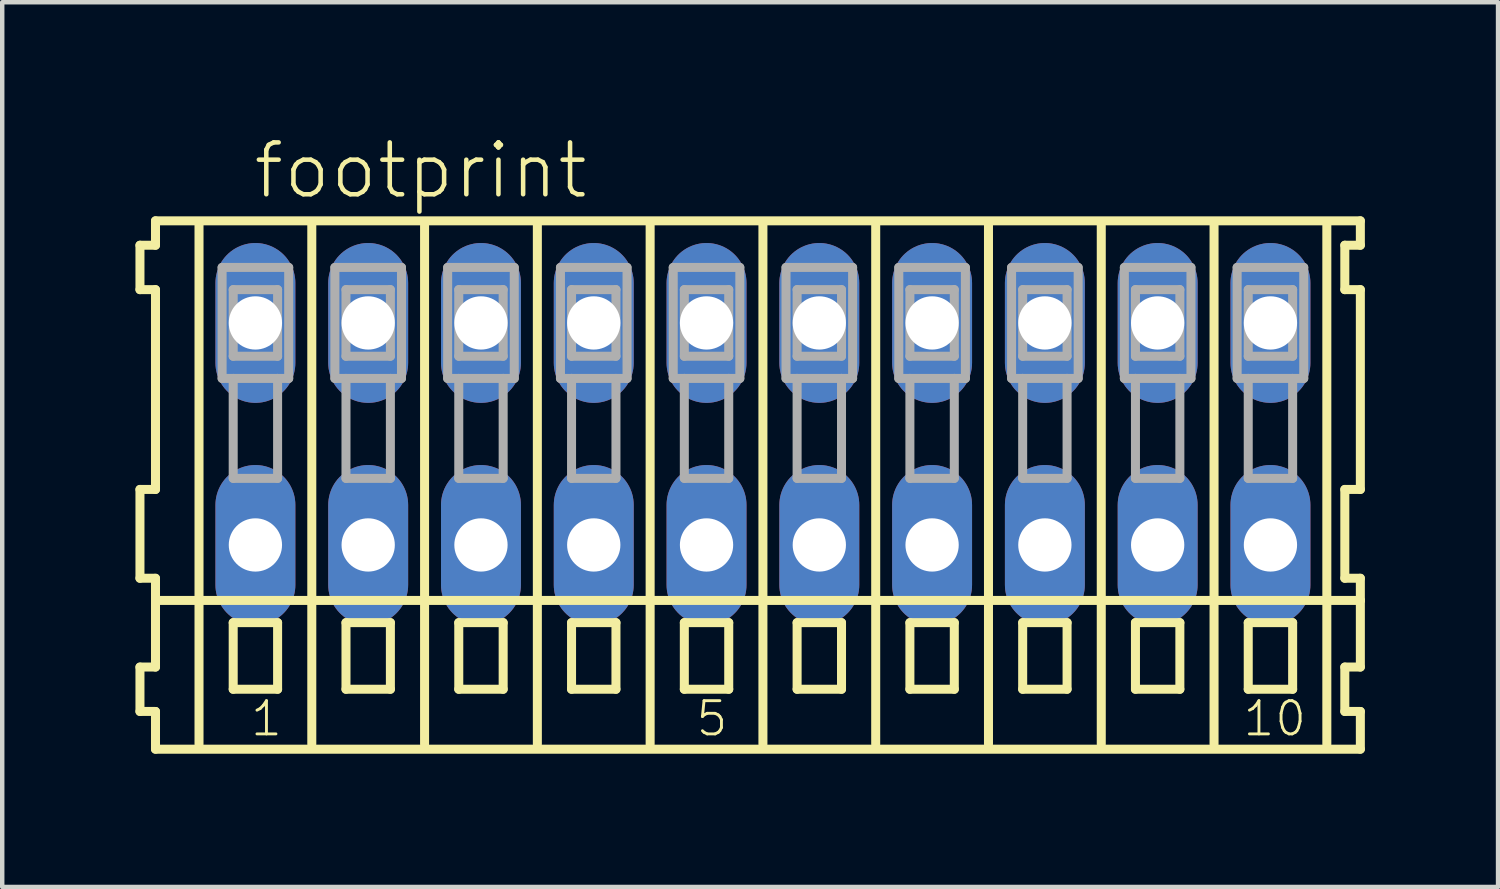
<source format=kicad_pcb>
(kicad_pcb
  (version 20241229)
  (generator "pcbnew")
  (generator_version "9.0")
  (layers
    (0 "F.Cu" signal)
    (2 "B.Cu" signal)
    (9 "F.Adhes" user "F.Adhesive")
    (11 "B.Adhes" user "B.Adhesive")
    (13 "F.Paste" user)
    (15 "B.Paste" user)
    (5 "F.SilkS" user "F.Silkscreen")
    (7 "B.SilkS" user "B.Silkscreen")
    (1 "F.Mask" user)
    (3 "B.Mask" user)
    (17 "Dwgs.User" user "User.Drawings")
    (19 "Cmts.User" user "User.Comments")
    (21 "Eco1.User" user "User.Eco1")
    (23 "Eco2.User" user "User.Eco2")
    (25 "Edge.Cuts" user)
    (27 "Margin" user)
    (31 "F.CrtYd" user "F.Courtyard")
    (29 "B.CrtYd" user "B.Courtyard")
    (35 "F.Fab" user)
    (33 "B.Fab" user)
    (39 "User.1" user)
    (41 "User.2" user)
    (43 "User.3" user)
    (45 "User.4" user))
  (footprint "footprint"
    (layer "F.Cu")
    (at 14.132 6.723)
    (property "Reference" "footprint" (at -11.53 -5.25 0) (layer "F.SilkS") (effects (font (size 1.168 1.168) (thickness 0.102)) (justify left bottom)))
    (fp_line (start -14.03 -4.25) (end -14.03 -3.25) (stroke (width 0.203) (type solid)) (layer "F.SilkS"))
    (fp_line (start -14.03 -3.25) (end -13.68 -3.25) (stroke (width 0.203) (type solid)) (layer "F.SilkS"))
    (fp_line (start -14.03 1.25) (end -14.03 3.25) (stroke (width 0.203) (type solid)) (layer "F.SilkS"))
    (fp_line (start -14.03 3.25) (end -13.68 3.25) (stroke (width 0.203) (type solid)) (layer "F.SilkS"))
    (fp_line (start -14.03 5.25) (end -14.03 6.25) (stroke (width 0.203) (type solid)) (layer "F.SilkS"))
    (fp_line (start -14.03 6.25) (end -13.68 6.25) (stroke (width 0.203) (type solid)) (layer "F.SilkS"))
    (fp_line (start -13.68 -4.8) (end -13.68 -4.25) (stroke (width 0.203) (type solid)) (layer "F.SilkS"))
    (fp_line (start -13.68 -4.25) (end -14.03 -4.25) (stroke (width 0.203) (type solid)) (layer "F.SilkS"))
    (fp_line (start -13.68 -3.25) (end -13.68 1.25) (stroke (width 0.203) (type solid)) (layer "F.SilkS"))
    (fp_line (start -13.68 1.25) (end -14.03 1.25) (stroke (width 0.203) (type solid)) (layer "F.SilkS"))
    (fp_line (start -13.68 3.25) (end -13.68 5.25) (stroke (width 0.203) (type solid)) (layer "F.SilkS"))
    (fp_line (start -13.68 3.75) (end 13.455 3.75) (stroke (width 0.203) (type solid)) (layer "F.SilkS"))
    (fp_line (start -13.68 5.25) (end -14.03 5.25) (stroke (width 0.203) (type solid)) (layer "F.SilkS"))
    (fp_line (start -13.68 6.25) (end -13.68 7.1) (stroke (width 0.203) (type solid)) (layer "F.SilkS"))
    (fp_line (start -13.68 7.1) (end 13.455 7.1) (stroke (width 0.203) (type solid)) (layer "F.SilkS"))
    (fp_line (start -12.7 6.985) (end -12.7 -4.699) (stroke (width 0.203) (type solid)) (layer "F.SilkS"))
    (fp_line (start -11.93 4.25) (end -11.93 5.75) (stroke (width 0.203) (type solid)) (layer "F.SilkS"))
    (fp_line (start -11.93 5.75) (end -10.93 5.75) (stroke (width 0.203) (type solid)) (layer "F.SilkS"))
    (fp_line (start -10.93 4.25) (end -11.93 4.25) (stroke (width 0.203) (type solid)) (layer "F.SilkS"))
    (fp_line (start -10.93 5.75) (end -10.93 4.25) (stroke (width 0.203) (type solid)) (layer "F.SilkS"))
    (fp_line (start -10.16 6.985) (end -10.16 -4.699) (stroke (width 0.203) (type solid)) (layer "F.SilkS"))
    (fp_line (start -9.39 4.25) (end -9.39 5.75) (stroke (width 0.203) (type solid)) (layer "F.SilkS"))
    (fp_line (start -9.39 5.75) (end -8.39 5.75) (stroke (width 0.203) (type solid)) (layer "F.SilkS"))
    (fp_line (start -8.39 4.25) (end -9.39 4.25) (stroke (width 0.203) (type solid)) (layer "F.SilkS"))
    (fp_line (start -8.39 5.75) (end -8.39 4.25) (stroke (width 0.203) (type solid)) (layer "F.SilkS"))
    (fp_line (start -7.62 6.985) (end -7.62 -4.699) (stroke (width 0.203) (type solid)) (layer "F.SilkS"))
    (fp_line (start -6.85 4.25) (end -6.85 5.75) (stroke (width 0.203) (type solid)) (layer "F.SilkS"))
    (fp_line (start -6.85 5.75) (end -5.85 5.75) (stroke (width 0.203) (type solid)) (layer "F.SilkS"))
    (fp_line (start -5.85 4.25) (end -6.85 4.25) (stroke (width 0.203) (type solid)) (layer "F.SilkS"))
    (fp_line (start -5.85 5.75) (end -5.85 4.25) (stroke (width 0.203) (type solid)) (layer "F.SilkS"))
    (fp_line (start -5.08 6.985) (end -5.08 -4.699) (stroke (width 0.203) (type solid)) (layer "F.SilkS"))
    (fp_line (start -4.31 4.25) (end -4.31 5.75) (stroke (width 0.203) (type solid)) (layer "F.SilkS"))
    (fp_line (start -4.31 5.75) (end -3.31 5.75) (stroke (width 0.203) (type solid)) (layer "F.SilkS"))
    (fp_line (start -3.31 4.25) (end -4.31 4.25) (stroke (width 0.203) (type solid)) (layer "F.SilkS"))
    (fp_line (start -3.31 5.75) (end -3.31 4.25) (stroke (width 0.203) (type solid)) (layer "F.SilkS"))
    (fp_line (start -2.54 6.985) (end -2.54 -4.699) (stroke (width 0.203) (type solid)) (layer "F.SilkS"))
    (fp_line (start -1.77 4.25) (end -1.77 5.75) (stroke (width 0.203) (type solid)) (layer "F.SilkS"))
    (fp_line (start -1.77 5.75) (end -0.77 5.75) (stroke (width 0.203) (type solid)) (layer "F.SilkS"))
    (fp_line (start -0.77 4.25) (end -1.77 4.25) (stroke (width 0.203) (type solid)) (layer "F.SilkS"))
    (fp_line (start -0.77 5.75) (end -0.77 4.25) (stroke (width 0.203) (type solid)) (layer "F.SilkS"))
    (fp_line (start 0 6.985) (end 0 -4.699) (stroke (width 0.203) (type solid)) (layer "F.SilkS"))
    (fp_line (start 0.77 4.25) (end 0.77 5.75) (stroke (width 0.203) (type solid)) (layer "F.SilkS"))
    (fp_line (start 0.77 5.75) (end 1.77 5.75) (stroke (width 0.203) (type solid)) (layer "F.SilkS"))
    (fp_line (start 1.77 4.25) (end 0.77 4.25) (stroke (width 0.203) (type solid)) (layer "F.SilkS"))
    (fp_line (start 1.77 5.75) (end 1.77 4.25) (stroke (width 0.203) (type solid)) (layer "F.SilkS"))
    (fp_line (start 2.54 6.985) (end 2.54 -4.699) (stroke (width 0.203) (type solid)) (layer "F.SilkS"))
    (fp_line (start 3.31 4.25) (end 3.31 5.75) (stroke (width 0.203) (type solid)) (layer "F.SilkS"))
    (fp_line (start 3.31 5.75) (end 4.31 5.75) (stroke (width 0.203) (type solid)) (layer "F.SilkS"))
    (fp_line (start 4.31 4.25) (end 3.31 4.25) (stroke (width 0.203) (type solid)) (layer "F.SilkS"))
    (fp_line (start 4.31 5.75) (end 4.31 4.25) (stroke (width 0.203) (type solid)) (layer "F.SilkS"))
    (fp_line (start 5.08 6.985) (end 5.08 -4.699) (stroke (width 0.203) (type solid)) (layer "F.SilkS"))
    (fp_line (start 5.85 4.25) (end 5.85 5.75) (stroke (width 0.203) (type solid)) (layer "F.SilkS"))
    (fp_line (start 5.85 5.75) (end 6.85 5.75) (stroke (width 0.203) (type solid)) (layer "F.SilkS"))
    (fp_line (start 6.85 4.25) (end 5.85 4.25) (stroke (width 0.203) (type solid)) (layer "F.SilkS"))
    (fp_line (start 6.85 5.75) (end 6.85 4.25) (stroke (width 0.203) (type solid)) (layer "F.SilkS"))
    (fp_line (start 7.62 6.985) (end 7.62 -4.699) (stroke (width 0.203) (type solid)) (layer "F.SilkS"))
    (fp_line (start 8.39 4.25) (end 8.39 5.75) (stroke (width 0.203) (type solid)) (layer "F.SilkS"))
    (fp_line (start 8.39 5.75) (end 9.39 5.75) (stroke (width 0.203) (type solid)) (layer "F.SilkS"))
    (fp_line (start 9.39 4.25) (end 8.39 4.25) (stroke (width 0.203) (type solid)) (layer "F.SilkS"))
    (fp_line (start 9.39 5.75) (end 9.39 4.25) (stroke (width 0.203) (type solid)) (layer "F.SilkS"))
    (fp_line (start 10.16 6.985) (end 10.16 -4.699) (stroke (width 0.203) (type solid)) (layer "F.SilkS"))
    (fp_line (start 10.93 4.25) (end 10.93 5.75) (stroke (width 0.203) (type solid)) (layer "F.SilkS"))
    (fp_line (start 10.93 5.75) (end 11.93 5.75) (stroke (width 0.203) (type solid)) (layer "F.SilkS"))
    (fp_line (start 11.93 4.25) (end 10.93 4.25) (stroke (width 0.203) (type solid)) (layer "F.SilkS"))
    (fp_line (start 11.93 5.75) (end 11.93 4.25) (stroke (width 0.203) (type solid)) (layer "F.SilkS"))
    (fp_line (start 12.7 6.985) (end 12.7 -4.699) (stroke (width 0.203) (type solid)) (layer "F.SilkS"))
    (fp_line (start 13.105 -4.25) (end 13.105 -3.25) (stroke (width 0.203) (type solid)) (layer "F.SilkS"))
    (fp_line (start 13.105 -3.25) (end 13.455 -3.25) (stroke (width 0.203) (type solid)) (layer "F.SilkS"))
    (fp_line (start 13.105 1.25) (end 13.105 3.25) (stroke (width 0.203) (type solid)) (layer "F.SilkS"))
    (fp_line (start 13.105 3.25) (end 13.455 3.25) (stroke (width 0.203) (type solid)) (layer "F.SilkS"))
    (fp_line (start 13.105 5.25) (end 13.105 6.25) (stroke (width 0.203) (type solid)) (layer "F.SilkS"))
    (fp_line (start 13.105 6.25) (end 13.455 6.25) (stroke (width 0.203) (type solid)) (layer "F.SilkS"))
    (fp_line (start 13.455 -4.8) (end -13.68 -4.8) (stroke (width 0.203) (type solid)) (layer "F.SilkS"))
    (fp_line (start 13.455 -4.25) (end 13.105 -4.25) (stroke (width 0.203) (type solid)) (layer "F.SilkS"))
    (fp_line (start 13.455 -4.25) (end 13.455 -4.8) (stroke (width 0.203) (type solid)) (layer "F.SilkS"))
    (fp_line (start 13.455 1.25) (end 13.105 1.25) (stroke (width 0.203) (type solid)) (layer "F.SilkS"))
    (fp_line (start 13.455 1.25) (end 13.455 -3.25) (stroke (width 0.203) (type solid)) (layer "F.SilkS"))
    (fp_line (start 13.455 3.75) (end 13.455 3.25) (stroke (width 0.203) (type solid)) (layer "F.SilkS"))
    (fp_line (start 13.455 5.25) (end 13.105 5.25) (stroke (width 0.203) (type solid)) (layer "F.SilkS"))
    (fp_line (start 13.455 5.25) (end 13.455 3.75) (stroke (width 0.203) (type solid)) (layer "F.SilkS"))
    (fp_line (start 13.455 7.1) (end 13.455 6.25) (stroke (width 0.203) (type solid)) (layer "F.SilkS"))
    (fp_line (start -12.18 -3.75) (end -12.18 -1.25) (stroke (width 0.203) (type solid)) (layer "F.Fab"))
    (fp_line (start -12.18 -1.25) (end -11.93 -1.25) (stroke (width 0.203) (type solid)) (layer "F.Fab"))
    (fp_line (start -11.93 -3.25) (end -11.93 -1.75) (stroke (width 0.203) (type solid)) (layer "F.Fab"))
    (fp_line (start -11.93 -1.75) (end -10.93 -1.75) (stroke (width 0.203) (type solid)) (layer "F.Fab"))
    (fp_line (start -11.93 -1.25) (end -11.93 1) (stroke (width 0.203) (type solid)) (layer "F.Fab"))
    (fp_line (start -11.93 -1.25) (end -10.93 -1.25) (stroke (width 0.203) (type solid)) (layer "F.Fab"))
    (fp_line (start -11.93 1) (end -10.93 1) (stroke (width 0.203) (type solid)) (layer "F.Fab"))
    (fp_line (start -10.93 -3.25) (end -11.93 -3.25) (stroke (width 0.203) (type solid)) (layer "F.Fab"))
    (fp_line (start -10.93 -1.75) (end -10.93 -3.25) (stroke (width 0.203) (type solid)) (layer "F.Fab"))
    (fp_line (start -10.93 -1.25) (end -10.68 -1.25) (stroke (width 0.203) (type solid)) (layer "F.Fab"))
    (fp_line (start -10.93 1) (end -10.93 -1.25) (stroke (width 0.203) (type solid)) (layer "F.Fab"))
    (fp_line (start -10.68 -3.75) (end -12.18 -3.75) (stroke (width 0.203) (type solid)) (layer "F.Fab"))
    (fp_line (start -10.68 -1.25) (end -10.68 -3.75) (stroke (width 0.203) (type solid)) (layer "F.Fab"))
    (fp_line (start -9.64 -3.75) (end -9.64 -1.25) (stroke (width 0.203) (type solid)) (layer "F.Fab"))
    (fp_line (start -9.64 -1.25) (end -9.39 -1.25) (stroke (width 0.203) (type solid)) (layer "F.Fab"))
    (fp_line (start -9.39 -3.25) (end -9.39 -1.75) (stroke (width 0.203) (type solid)) (layer "F.Fab"))
    (fp_line (start -9.39 -1.75) (end -8.39 -1.75) (stroke (width 0.203) (type solid)) (layer "F.Fab"))
    (fp_line (start -9.39 -1.25) (end -9.39 1) (stroke (width 0.203) (type solid)) (layer "F.Fab"))
    (fp_line (start -9.39 -1.25) (end -8.39 -1.25) (stroke (width 0.203) (type solid)) (layer "F.Fab"))
    (fp_line (start -9.39 1) (end -8.39 1) (stroke (width 0.203) (type solid)) (layer "F.Fab"))
    (fp_line (start -8.39 -3.25) (end -9.39 -3.25) (stroke (width 0.203) (type solid)) (layer "F.Fab"))
    (fp_line (start -8.39 -1.75) (end -8.39 -3.25) (stroke (width 0.203) (type solid)) (layer "F.Fab"))
    (fp_line (start -8.39 -1.25) (end -8.14 -1.25) (stroke (width 0.203) (type solid)) (layer "F.Fab"))
    (fp_line (start -8.39 1) (end -8.39 -1.25) (stroke (width 0.203) (type solid)) (layer "F.Fab"))
    (fp_line (start -8.14 -3.75) (end -9.64 -3.75) (stroke (width 0.203) (type solid)) (layer "F.Fab"))
    (fp_line (start -8.14 -1.25) (end -8.14 -3.75) (stroke (width 0.203) (type solid)) (layer "F.Fab"))
    (fp_line (start -7.1 -3.75) (end -7.1 -1.25) (stroke (width 0.203) (type solid)) (layer "F.Fab"))
    (fp_line (start -7.1 -1.25) (end -6.85 -1.25) (stroke (width 0.203) (type solid)) (layer "F.Fab"))
    (fp_line (start -6.85 -3.25) (end -6.85 -1.75) (stroke (width 0.203) (type solid)) (layer "F.Fab"))
    (fp_line (start -6.85 -1.75) (end -5.85 -1.75) (stroke (width 0.203) (type solid)) (layer "F.Fab"))
    (fp_line (start -6.85 -1.25) (end -6.85 1) (stroke (width 0.203) (type solid)) (layer "F.Fab"))
    (fp_line (start -6.85 -1.25) (end -5.85 -1.25) (stroke (width 0.203) (type solid)) (layer "F.Fab"))
    (fp_line (start -6.85 1) (end -5.85 1) (stroke (width 0.203) (type solid)) (layer "F.Fab"))
    (fp_line (start -5.85 -3.25) (end -6.85 -3.25) (stroke (width 0.203) (type solid)) (layer "F.Fab"))
    (fp_line (start -5.85 -1.75) (end -5.85 -3.25) (stroke (width 0.203) (type solid)) (layer "F.Fab"))
    (fp_line (start -5.85 -1.25) (end -5.6 -1.25) (stroke (width 0.203) (type solid)) (layer "F.Fab"))
    (fp_line (start -5.85 1) (end -5.85 -1.25) (stroke (width 0.203) (type solid)) (layer "F.Fab"))
    (fp_line (start -5.6 -3.75) (end -7.1 -3.75) (stroke (width 0.203) (type solid)) (layer "F.Fab"))
    (fp_line (start -5.6 -1.25) (end -5.6 -3.75) (stroke (width 0.203) (type solid)) (layer "F.Fab"))
    (fp_line (start -4.56 -3.75) (end -4.56 -1.25) (stroke (width 0.203) (type solid)) (layer "F.Fab"))
    (fp_line (start -4.56 -1.25) (end -4.31 -1.25) (stroke (width 0.203) (type solid)) (layer "F.Fab"))
    (fp_line (start -4.31 -3.25) (end -4.31 -1.75) (stroke (width 0.203) (type solid)) (layer "F.Fab"))
    (fp_line (start -4.31 -1.75) (end -3.31 -1.75) (stroke (width 0.203) (type solid)) (layer "F.Fab"))
    (fp_line (start -4.31 -1.25) (end -4.31 1) (stroke (width 0.203) (type solid)) (layer "F.Fab"))
    (fp_line (start -4.31 -1.25) (end -3.31 -1.25) (stroke (width 0.203) (type solid)) (layer "F.Fab"))
    (fp_line (start -4.31 1) (end -3.31 1) (stroke (width 0.203) (type solid)) (layer "F.Fab"))
    (fp_line (start -3.31 -3.25) (end -4.31 -3.25) (stroke (width 0.203) (type solid)) (layer "F.Fab"))
    (fp_line (start -3.31 -1.75) (end -3.31 -3.25) (stroke (width 0.203) (type solid)) (layer "F.Fab"))
    (fp_line (start -3.31 -1.25) (end -3.06 -1.25) (stroke (width 0.203) (type solid)) (layer "F.Fab"))
    (fp_line (start -3.31 1) (end -3.31 -1.25) (stroke (width 0.203) (type solid)) (layer "F.Fab"))
    (fp_line (start -3.06 -3.75) (end -4.56 -3.75) (stroke (width 0.203) (type solid)) (layer "F.Fab"))
    (fp_line (start -3.06 -1.25) (end -3.06 -3.75) (stroke (width 0.203) (type solid)) (layer "F.Fab"))
    (fp_line (start -2.02 -3.75) (end -2.02 -1.25) (stroke (width 0.203) (type solid)) (layer "F.Fab"))
    (fp_line (start -2.02 -1.25) (end -1.77 -1.25) (stroke (width 0.203) (type solid)) (layer "F.Fab"))
    (fp_line (start -1.77 -3.25) (end -1.77 -1.75) (stroke (width 0.203) (type solid)) (layer "F.Fab"))
    (fp_line (start -1.77 -1.75) (end -0.77 -1.75) (stroke (width 0.203) (type solid)) (layer "F.Fab"))
    (fp_line (start -1.77 -1.25) (end -1.77 1) (stroke (width 0.203) (type solid)) (layer "F.Fab"))
    (fp_line (start -1.77 -1.25) (end -0.77 -1.25) (stroke (width 0.203) (type solid)) (layer "F.Fab"))
    (fp_line (start -1.77 1) (end -0.77 1) (stroke (width 0.203) (type solid)) (layer "F.Fab"))
    (fp_line (start -0.77 -3.25) (end -1.77 -3.25) (stroke (width 0.203) (type solid)) (layer "F.Fab"))
    (fp_line (start -0.77 -1.75) (end -0.77 -3.25) (stroke (width 0.203) (type solid)) (layer "F.Fab"))
    (fp_line (start -0.77 -1.25) (end -0.52 -1.25) (stroke (width 0.203) (type solid)) (layer "F.Fab"))
    (fp_line (start -0.77 1) (end -0.77 -1.25) (stroke (width 0.203) (type solid)) (layer "F.Fab"))
    (fp_line (start -0.52 -3.75) (end -2.02 -3.75) (stroke (width 0.203) (type solid)) (layer "F.Fab"))
    (fp_line (start -0.52 -1.25) (end -0.52 -3.75) (stroke (width 0.203) (type solid)) (layer "F.Fab"))
    (fp_line (start 0.52 -3.75) (end 0.52 -1.25) (stroke (width 0.203) (type solid)) (layer "F.Fab"))
    (fp_line (start 0.52 -1.25) (end 0.77 -1.25) (stroke (width 0.203) (type solid)) (layer "F.Fab"))
    (fp_line (start 0.77 -3.25) (end 0.77 -1.75) (stroke (width 0.203) (type solid)) (layer "F.Fab"))
    (fp_line (start 0.77 -1.75) (end 1.77 -1.75) (stroke (width 0.203) (type solid)) (layer "F.Fab"))
    (fp_line (start 0.77 -1.25) (end 0.77 1) (stroke (width 0.203) (type solid)) (layer "F.Fab"))
    (fp_line (start 0.77 -1.25) (end 1.77 -1.25) (stroke (width 0.203) (type solid)) (layer "F.Fab"))
    (fp_line (start 0.77 1) (end 1.77 1) (stroke (width 0.203) (type solid)) (layer "F.Fab"))
    (fp_line (start 1.77 -3.25) (end 0.77 -3.25) (stroke (width 0.203) (type solid)) (layer "F.Fab"))
    (fp_line (start 1.77 -1.75) (end 1.77 -3.25) (stroke (width 0.203) (type solid)) (layer "F.Fab"))
    (fp_line (start 1.77 -1.25) (end 2.02 -1.25) (stroke (width 0.203) (type solid)) (layer "F.Fab"))
    (fp_line (start 1.77 1) (end 1.77 -1.25) (stroke (width 0.203) (type solid)) (layer "F.Fab"))
    (fp_line (start 2.02 -3.75) (end 0.52 -3.75) (stroke (width 0.203) (type solid)) (layer "F.Fab"))
    (fp_line (start 2.02 -1.25) (end 2.02 -3.75) (stroke (width 0.203) (type solid)) (layer "F.Fab"))
    (fp_line (start 3.06 -3.75) (end 3.06 -1.25) (stroke (width 0.203) (type solid)) (layer "F.Fab"))
    (fp_line (start 3.06 -1.25) (end 3.31 -1.25) (stroke (width 0.203) (type solid)) (layer "F.Fab"))
    (fp_line (start 3.31 -3.25) (end 3.31 -1.75) (stroke (width 0.203) (type solid)) (layer "F.Fab"))
    (fp_line (start 3.31 -1.75) (end 4.31 -1.75) (stroke (width 0.203) (type solid)) (layer "F.Fab"))
    (fp_line (start 3.31 -1.25) (end 3.31 1) (stroke (width 0.203) (type solid)) (layer "F.Fab"))
    (fp_line (start 3.31 -1.25) (end 4.31 -1.25) (stroke (width 0.203) (type solid)) (layer "F.Fab"))
    (fp_line (start 3.31 1) (end 4.31 1) (stroke (width 0.203) (type solid)) (layer "F.Fab"))
    (fp_line (start 4.31 -3.25) (end 3.31 -3.25) (stroke (width 0.203) (type solid)) (layer "F.Fab"))
    (fp_line (start 4.31 -1.75) (end 4.31 -3.25) (stroke (width 0.203) (type solid)) (layer "F.Fab"))
    (fp_line (start 4.31 -1.25) (end 4.56 -1.25) (stroke (width 0.203) (type solid)) (layer "F.Fab"))
    (fp_line (start 4.31 1) (end 4.31 -1.25) (stroke (width 0.203) (type solid)) (layer "F.Fab"))
    (fp_line (start 4.56 -3.75) (end 3.06 -3.75) (stroke (width 0.203) (type solid)) (layer "F.Fab"))
    (fp_line (start 4.56 -1.25) (end 4.56 -3.75) (stroke (width 0.203) (type solid)) (layer "F.Fab"))
    (fp_line (start 5.6 -3.75) (end 5.6 -1.25) (stroke (width 0.203) (type solid)) (layer "F.Fab"))
    (fp_line (start 5.6 -1.25) (end 5.85 -1.25) (stroke (width 0.203) (type solid)) (layer "F.Fab"))
    (fp_line (start 5.85 -3.25) (end 5.85 -1.75) (stroke (width 0.203) (type solid)) (layer "F.Fab"))
    (fp_line (start 5.85 -1.75) (end 6.85 -1.75) (stroke (width 0.203) (type solid)) (layer "F.Fab"))
    (fp_line (start 5.85 -1.25) (end 5.85 1) (stroke (width 0.203) (type solid)) (layer "F.Fab"))
    (fp_line (start 5.85 -1.25) (end 6.85 -1.25) (stroke (width 0.203) (type solid)) (layer "F.Fab"))
    (fp_line (start 5.85 1) (end 6.85 1) (stroke (width 0.203) (type solid)) (layer "F.Fab"))
    (fp_line (start 6.85 -3.25) (end 5.85 -3.25) (stroke (width 0.203) (type solid)) (layer "F.Fab"))
    (fp_line (start 6.85 -1.75) (end 6.85 -3.25) (stroke (width 0.203) (type solid)) (layer "F.Fab"))
    (fp_line (start 6.85 -1.25) (end 7.1 -1.25) (stroke (width 0.203) (type solid)) (layer "F.Fab"))
    (fp_line (start 6.85 1) (end 6.85 -1.25) (stroke (width 0.203) (type solid)) (layer "F.Fab"))
    (fp_line (start 7.1 -3.75) (end 5.6 -3.75) (stroke (width 0.203) (type solid)) (layer "F.Fab"))
    (fp_line (start 7.1 -1.25) (end 7.1 -3.75) (stroke (width 0.203) (type solid)) (layer "F.Fab"))
    (fp_line (start 8.14 -3.75) (end 8.14 -1.25) (stroke (width 0.203) (type solid)) (layer "F.Fab"))
    (fp_line (start 8.14 -1.25) (end 8.39 -1.25) (stroke (width 0.203) (type solid)) (layer "F.Fab"))
    (fp_line (start 8.39 -3.25) (end 8.39 -1.75) (stroke (width 0.203) (type solid)) (layer "F.Fab"))
    (fp_line (start 8.39 -1.75) (end 9.39 -1.75) (stroke (width 0.203) (type solid)) (layer "F.Fab"))
    (fp_line (start 8.39 -1.25) (end 8.39 1) (stroke (width 0.203) (type solid)) (layer "F.Fab"))
    (fp_line (start 8.39 -1.25) (end 9.39 -1.25) (stroke (width 0.203) (type solid)) (layer "F.Fab"))
    (fp_line (start 8.39 1) (end 9.39 1) (stroke (width 0.203) (type solid)) (layer "F.Fab"))
    (fp_line (start 9.39 -3.25) (end 8.39 -3.25) (stroke (width 0.203) (type solid)) (layer "F.Fab"))
    (fp_line (start 9.39 -1.75) (end 9.39 -3.25) (stroke (width 0.203) (type solid)) (layer "F.Fab"))
    (fp_line (start 9.39 -1.25) (end 9.64 -1.25) (stroke (width 0.203) (type solid)) (layer "F.Fab"))
    (fp_line (start 9.39 1) (end 9.39 -1.25) (stroke (width 0.203) (type solid)) (layer "F.Fab"))
    (fp_line (start 9.64 -3.75) (end 8.14 -3.75) (stroke (width 0.203) (type solid)) (layer "F.Fab"))
    (fp_line (start 9.64 -1.25) (end 9.64 -3.75) (stroke (width 0.203) (type solid)) (layer "F.Fab"))
    (fp_line (start 10.68 -3.75) (end 10.68 -1.25) (stroke (width 0.203) (type solid)) (layer "F.Fab"))
    (fp_line (start 10.68 -1.25) (end 10.93 -1.25) (stroke (width 0.203) (type solid)) (layer "F.Fab"))
    (fp_line (start 10.93 -3.25) (end 10.93 -1.75) (stroke (width 0.203) (type solid)) (layer "F.Fab"))
    (fp_line (start 10.93 -1.75) (end 11.93 -1.75) (stroke (width 0.203) (type solid)) (layer "F.Fab"))
    (fp_line (start 10.93 -1.25) (end 10.93 1) (stroke (width 0.203) (type solid)) (layer "F.Fab"))
    (fp_line (start 10.93 -1.25) (end 11.93 -1.25) (stroke (width 0.203) (type solid)) (layer "F.Fab"))
    (fp_line (start 10.93 1) (end 11.93 1) (stroke (width 0.203) (type solid)) (layer "F.Fab"))
    (fp_line (start 11.93 -3.25) (end 10.93 -3.25) (stroke (width 0.203) (type solid)) (layer "F.Fab"))
    (fp_line (start 11.93 -1.75) (end 11.93 -3.25) (stroke (width 0.203) (type solid)) (layer "F.Fab"))
    (fp_line (start 11.93 -1.25) (end 12.18 -1.25) (stroke (width 0.203) (type solid)) (layer "F.Fab"))
    (fp_line (start 11.93 1) (end 11.93 -1.25) (stroke (width 0.203) (type solid)) (layer "F.Fab"))
    (fp_line (start 12.18 -3.75) (end 10.68 -3.75) (stroke (width 0.203) (type solid)) (layer "F.Fab"))
    (fp_line (start 12.18 -1.25) (end 12.18 -3.75) (stroke (width 0.203) (type solid)) (layer "F.Fab"))
    (fp_text user "10" (at 10.772 6.85 0) (layer "F.SilkS") (effects (font (size 0.748 0.748) (thickness 0.065)) (justify left bottom)))
    (fp_text user "5" (at -1.547 6.85 0) (layer "F.SilkS") (effects (font (size 0.748 0.748) (thickness 0.065)) (justify left bottom)))
    (fp_text user "1" (at -11.58 6.85 0) (layer "F.SilkS") (effects (font (size 0.748 0.748) (thickness 0.065)) (justify left bottom)))
    (pad "A1" thru_hole oval (at -11.43 -2.5 90) (size 3.6 1.8) (drill 1.2) (layers "*.Cu" "*.Mask"))
    (pad "A2" thru_hole oval (at -8.89 -2.5 90) (size 3.6 1.8) (drill 1.2) (layers "*.Cu" "*.Mask"))
    (pad "A3" thru_hole oval (at -6.35 -2.5 90) (size 3.6 1.8) (drill 1.2) (layers "*.Cu" "*.Mask"))
    (pad "A4" thru_hole oval (at -3.81 -2.5 90) (size 3.6 1.8) (drill 1.2) (layers "*.Cu" "*.Mask"))
    (pad "A5" thru_hole oval (at -1.27 -2.5 90) (size 3.6 1.8) (drill 1.2) (layers "*.Cu" "*.Mask"))
    (pad "A6" thru_hole oval (at 1.27 -2.5 90) (size 3.6 1.8) (drill 1.2) (layers "*.Cu" "*.Mask"))
    (pad "A7" thru_hole oval (at 3.81 -2.5 90) (size 3.6 1.8) (drill 1.2) (layers "*.Cu" "*.Mask"))
    (pad "A8" thru_hole oval (at 6.35 -2.5 90) (size 3.6 1.8) (drill 1.2) (layers "*.Cu" "*.Mask"))
    (pad "A9" thru_hole oval (at 8.89 -2.5 90) (size 3.6 1.8) (drill 1.2) (layers "*.Cu" "*.Mask"))
    (pad "A10" thru_hole oval (at 11.43 -2.5 90) (size 3.6 1.8) (drill 1.2) (layers "*.Cu" "*.Mask"))
    (pad "B1" thru_hole oval (at -11.43 2.5 90) (size 3.6 1.8) (drill 1.2) (layers "*.Cu" "*.Mask"))
    (pad "B2" thru_hole oval (at -8.89 2.5 90) (size 3.6 1.8) (drill 1.2) (layers "*.Cu" "*.Mask"))
    (pad "B3" thru_hole oval (at -6.35 2.5 90) (size 3.6 1.8) (drill 1.2) (layers "*.Cu" "*.Mask"))
    (pad "B4" thru_hole oval (at -3.81 2.5 90) (size 3.6 1.8) (drill 1.2) (layers "*.Cu" "*.Mask"))
    (pad "B5" thru_hole oval (at -1.27 2.5 90) (size 3.6 1.8) (drill 1.2) (layers "*.Cu" "*.Mask"))
    (pad "B6" thru_hole oval (at 1.27 2.5 90) (size 3.6 1.8) (drill 1.2) (layers "*.Cu" "*.Mask"))
    (pad "B7" thru_hole oval (at 3.81 2.5 90) (size 3.6 1.8) (drill 1.2) (layers "*.Cu" "*.Mask"))
    (pad "B8" thru_hole oval (at 6.35 2.5 90) (size 3.6 1.8) (drill 1.2) (layers "*.Cu" "*.Mask"))
    (pad "B9" thru_hole oval (at 8.89 2.5 90) (size 3.6 1.8) (drill 1.2) (layers "*.Cu" "*.Mask"))
    (pad "B10" thru_hole oval (at 11.43 2.5 90) (size 3.6 1.8) (drill 1.2) (layers "*.Cu" "*.Mask")))
  (gr_rect
    (start -3 -3)
    (end 30.688 16.925)
    (stroke (width 0.1) (type default))
    (fill no)
    (layer "Edge.Cuts")))
</source>
